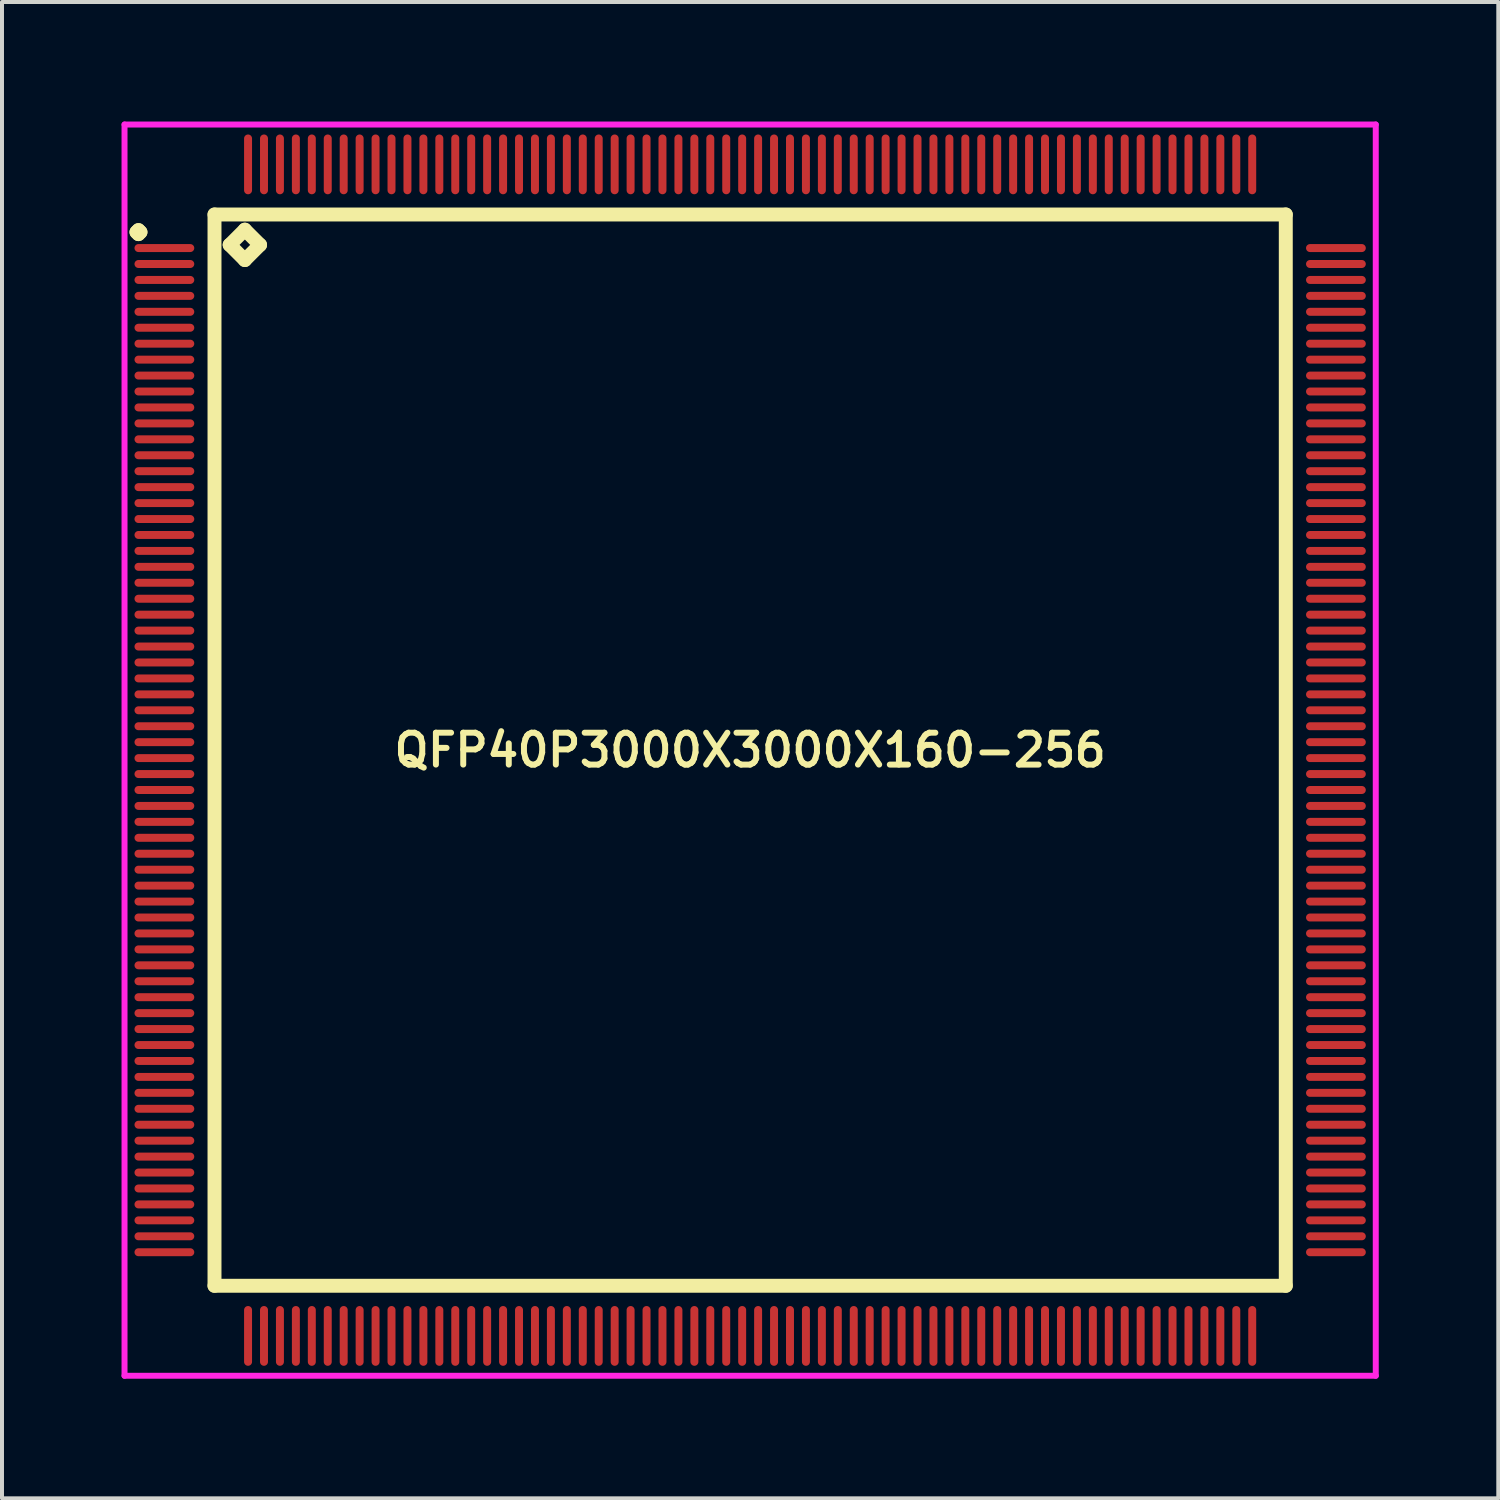
<source format=kicad_pcb>
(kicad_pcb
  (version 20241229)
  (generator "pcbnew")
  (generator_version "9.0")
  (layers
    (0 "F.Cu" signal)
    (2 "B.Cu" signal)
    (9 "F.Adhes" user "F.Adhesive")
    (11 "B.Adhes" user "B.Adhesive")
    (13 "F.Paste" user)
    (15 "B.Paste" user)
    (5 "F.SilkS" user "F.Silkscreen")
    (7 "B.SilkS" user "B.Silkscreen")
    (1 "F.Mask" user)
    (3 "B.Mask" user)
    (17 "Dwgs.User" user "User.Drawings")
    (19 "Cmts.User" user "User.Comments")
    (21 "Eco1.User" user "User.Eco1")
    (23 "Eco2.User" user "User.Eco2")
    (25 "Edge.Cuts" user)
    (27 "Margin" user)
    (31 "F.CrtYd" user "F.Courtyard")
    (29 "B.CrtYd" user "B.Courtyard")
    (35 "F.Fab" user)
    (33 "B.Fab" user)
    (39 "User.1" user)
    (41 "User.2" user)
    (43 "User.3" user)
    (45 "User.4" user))
  (footprint "QFP40P3000X3000X160-256"
    (layer "F.Cu")
    (at 15.775 15.775)
    (property "Reference" "QFP40P3000X3000X160-256" (at 0 0 0) (layer "F.SilkS") (effects (font (size 0.8 0.8) (thickness 0.15))))
    (attr smd)
    (fp_line (start -15.4 -13) (end -15.35 -13.05) (stroke (width 0.35) (type solid)) (layer "F.SilkS"))
    (fp_line (start -15.35 -13.05) (end -15.3 -13) (stroke (width 0.35) (type solid)) (layer "F.SilkS"))
    (fp_line (start -15.35 -12.95) (end -15.4 -13) (stroke (width 0.35) (type solid)) (layer "F.SilkS"))
    (fp_line (start -15.3 -13) (end -15.35 -12.95) (stroke (width 0.35) (type solid)) (layer "F.SilkS"))
    (fp_line (start -13.442 -13.442) (end -13.442 13.442) (stroke (width 0.35) (type solid)) (layer "F.SilkS"))
    (fp_line (start -13.442 13.442) (end 13.442 13.442) (stroke (width 0.35) (type solid)) (layer "F.SilkS"))
    (fp_line (start -13.061 -12.68) (end -12.68 -13.061) (stroke (width 0.35) (type solid)) (layer "F.SilkS"))
    (fp_line (start -12.68 -13.061) (end -12.299 -12.68) (stroke (width 0.35) (type solid)) (layer "F.SilkS"))
    (fp_line (start -12.68 -12.299) (end -13.061 -12.68) (stroke (width 0.35) (type solid)) (layer "F.SilkS"))
    (fp_line (start -12.299 -12.68) (end -12.68 -12.299) (stroke (width 0.35) (type solid)) (layer "F.SilkS"))
    (fp_line (start 13.442 -13.442) (end -13.442 -13.442) (stroke (width 0.35) (type solid)) (layer "F.SilkS"))
    (fp_line (start 13.442 13.442) (end 13.442 -13.442) (stroke (width 0.35) (type solid)) (layer "F.SilkS"))
    (fp_line (start -15.7 -15.7) (end 15.7 -15.7) (stroke (width 0.15) (type solid)) (layer "F.CrtYd"))
    (fp_line (start -15.7 15.7) (end -15.7 -15.7) (stroke (width 0.15) (type solid)) (layer "F.CrtYd"))
    (fp_line (start 15.7 -15.7) (end 15.7 15.7) (stroke (width 0.15) (type solid)) (layer "F.CrtYd"))
    (fp_line (start 15.7 15.7) (end -15.7 15.7) (stroke (width 0.15) (type solid)) (layer "F.CrtYd"))
    (pad "1" smd oval (at -14.7 -12.6) (size 1.5 0.2) (layers "F.Cu" "F.Mask" "F.Paste"))
    (pad "2" smd oval (at -14.7 -12.2) (size 1.5 0.2) (layers "F.Cu" "F.Mask" "F.Paste"))
    (pad "3" smd oval (at -14.7 -11.8) (size 1.5 0.2) (layers "F.Cu" "F.Mask" "F.Paste"))
    (pad "4" smd oval (at -14.7 -11.4) (size 1.5 0.2) (layers "F.Cu" "F.Mask" "F.Paste"))
    (pad "5" smd oval (at -14.7 -11) (size 1.5 0.2) (layers "F.Cu" "F.Mask" "F.Paste"))
    (pad "6" smd oval (at -14.7 -10.6) (size 1.5 0.2) (layers "F.Cu" "F.Mask" "F.Paste"))
    (pad "7" smd oval (at -14.7 -10.2) (size 1.5 0.2) (layers "F.Cu" "F.Mask" "F.Paste"))
    (pad "8" smd oval (at -14.7 -9.8) (size 1.5 0.2) (layers "F.Cu" "F.Mask" "F.Paste"))
    (pad "9" smd oval (at -14.7 -9.4) (size 1.5 0.2) (layers "F.Cu" "F.Mask" "F.Paste"))
    (pad "10" smd oval (at -14.7 -9) (size 1.5 0.2) (layers "F.Cu" "F.Mask" "F.Paste"))
    (pad "11" smd oval (at -14.7 -8.6) (size 1.5 0.2) (layers "F.Cu" "F.Mask" "F.Paste"))
    (pad "12" smd oval (at -14.7 -8.2) (size 1.5 0.2) (layers "F.Cu" "F.Mask" "F.Paste"))
    (pad "13" smd oval (at -14.7 -7.8) (size 1.5 0.2) (layers "F.Cu" "F.Mask" "F.Paste"))
    (pad "14" smd oval (at -14.7 -7.4) (size 1.5 0.2) (layers "F.Cu" "F.Mask" "F.Paste"))
    (pad "15" smd oval (at -14.7 -7) (size 1.5 0.2) (layers "F.Cu" "F.Mask" "F.Paste"))
    (pad "16" smd oval (at -14.7 -6.6) (size 1.5 0.2) (layers "F.Cu" "F.Mask" "F.Paste"))
    (pad "17" smd oval (at -14.7 -6.2) (size 1.5 0.2) (layers "F.Cu" "F.Mask" "F.Paste"))
    (pad "18" smd oval (at -14.7 -5.8) (size 1.5 0.2) (layers "F.Cu" "F.Mask" "F.Paste"))
    (pad "19" smd oval (at -14.7 -5.4) (size 1.5 0.2) (layers "F.Cu" "F.Mask" "F.Paste"))
    (pad "20" smd oval (at -14.7 -5) (size 1.5 0.2) (layers "F.Cu" "F.Mask" "F.Paste"))
    (pad "21" smd oval (at -14.7 -4.6) (size 1.5 0.2) (layers "F.Cu" "F.Mask" "F.Paste"))
    (pad "22" smd oval (at -14.7 -4.2) (size 1.5 0.2) (layers "F.Cu" "F.Mask" "F.Paste"))
    (pad "23" smd oval (at -14.7 -3.8) (size 1.5 0.2) (layers "F.Cu" "F.Mask" "F.Paste"))
    (pad "24" smd oval (at -14.7 -3.4) (size 1.5 0.2) (layers "F.Cu" "F.Mask" "F.Paste"))
    (pad "25" smd oval (at -14.7 -3) (size 1.5 0.2) (layers "F.Cu" "F.Mask" "F.Paste"))
    (pad "26" smd oval (at -14.7 -2.6) (size 1.5 0.2) (layers "F.Cu" "F.Mask" "F.Paste"))
    (pad "27" smd oval (at -14.7 -2.2) (size 1.5 0.2) (layers "F.Cu" "F.Mask" "F.Paste"))
    (pad "28" smd oval (at -14.7 -1.8) (size 1.5 0.2) (layers "F.Cu" "F.Mask" "F.Paste"))
    (pad "29" smd oval (at -14.7 -1.4) (size 1.5 0.2) (layers "F.Cu" "F.Mask" "F.Paste"))
    (pad "30" smd oval (at -14.7 -1) (size 1.5 0.2) (layers "F.Cu" "F.Mask" "F.Paste"))
    (pad "31" smd oval (at -14.7 -0.6) (size 1.5 0.2) (layers "F.Cu" "F.Mask" "F.Paste"))
    (pad "32" smd oval (at -14.7 -0.2) (size 1.5 0.2) (layers "F.Cu" "F.Mask" "F.Paste"))
    (pad "33" smd oval (at -14.7 0.2) (size 1.5 0.2) (layers "F.Cu" "F.Mask" "F.Paste"))
    (pad "34" smd oval (at -14.7 0.6) (size 1.5 0.2) (layers "F.Cu" "F.Mask" "F.Paste"))
    (pad "35" smd oval (at -14.7 1) (size 1.5 0.2) (layers "F.Cu" "F.Mask" "F.Paste"))
    (pad "36" smd oval (at -14.7 1.4) (size 1.5 0.2) (layers "F.Cu" "F.Mask" "F.Paste"))
    (pad "37" smd oval (at -14.7 1.8) (size 1.5 0.2) (layers "F.Cu" "F.Mask" "F.Paste"))
    (pad "38" smd oval (at -14.7 2.2) (size 1.5 0.2) (layers "F.Cu" "F.Mask" "F.Paste"))
    (pad "39" smd oval (at -14.7 2.6) (size 1.5 0.2) (layers "F.Cu" "F.Mask" "F.Paste"))
    (pad "40" smd oval (at -14.7 3) (size 1.5 0.2) (layers "F.Cu" "F.Mask" "F.Paste"))
    (pad "41" smd oval (at -14.7 3.4) (size 1.5 0.2) (layers "F.Cu" "F.Mask" "F.Paste"))
    (pad "42" smd oval (at -14.7 3.8) (size 1.5 0.2) (layers "F.Cu" "F.Mask" "F.Paste"))
    (pad "43" smd oval (at -14.7 4.2) (size 1.5 0.2) (layers "F.Cu" "F.Mask" "F.Paste"))
    (pad "44" smd oval (at -14.7 4.6) (size 1.5 0.2) (layers "F.Cu" "F.Mask" "F.Paste"))
    (pad "45" smd oval (at -14.7 5) (size 1.5 0.2) (layers "F.Cu" "F.Mask" "F.Paste"))
    (pad "46" smd oval (at -14.7 5.4) (size 1.5 0.2) (layers "F.Cu" "F.Mask" "F.Paste"))
    (pad "47" smd oval (at -14.7 5.8) (size 1.5 0.2) (layers "F.Cu" "F.Mask" "F.Paste"))
    (pad "48" smd oval (at -14.7 6.2) (size 1.5 0.2) (layers "F.Cu" "F.Mask" "F.Paste"))
    (pad "49" smd oval (at -14.7 6.6) (size 1.5 0.2) (layers "F.Cu" "F.Mask" "F.Paste"))
    (pad "50" smd oval (at -14.7 7) (size 1.5 0.2) (layers "F.Cu" "F.Mask" "F.Paste"))
    (pad "51" smd oval (at -14.7 7.4) (size 1.5 0.2) (layers "F.Cu" "F.Mask" "F.Paste"))
    (pad "52" smd oval (at -14.7 7.8) (size 1.5 0.2) (layers "F.Cu" "F.Mask" "F.Paste"))
    (pad "53" smd oval (at -14.7 8.2) (size 1.5 0.2) (layers "F.Cu" "F.Mask" "F.Paste"))
    (pad "54" smd oval (at -14.7 8.6) (size 1.5 0.2) (layers "F.Cu" "F.Mask" "F.Paste"))
    (pad "55" smd oval (at -14.7 9) (size 1.5 0.2) (layers "F.Cu" "F.Mask" "F.Paste"))
    (pad "56" smd oval (at -14.7 9.4) (size 1.5 0.2) (layers "F.Cu" "F.Mask" "F.Paste"))
    (pad "57" smd oval (at -14.7 9.8) (size 1.5 0.2) (layers "F.Cu" "F.Mask" "F.Paste"))
    (pad "58" smd oval (at -14.7 10.2) (size 1.5 0.2) (layers "F.Cu" "F.Mask" "F.Paste"))
    (pad "59" smd oval (at -14.7 10.6) (size 1.5 0.2) (layers "F.Cu" "F.Mask" "F.Paste"))
    (pad "60" smd oval (at -14.7 11) (size 1.5 0.2) (layers "F.Cu" "F.Mask" "F.Paste"))
    (pad "61" smd oval (at -14.7 11.4) (size 1.5 0.2) (layers "F.Cu" "F.Mask" "F.Paste"))
    (pad "62" smd oval (at -14.7 11.8) (size 1.5 0.2) (layers "F.Cu" "F.Mask" "F.Paste"))
    (pad "63" smd oval (at -14.7 12.2) (size 1.5 0.2) (layers "F.Cu" "F.Mask" "F.Paste"))
    (pad "64" smd oval (at -14.7 12.6) (size 1.5 0.2) (layers "F.Cu" "F.Mask" "F.Paste"))
    (pad "65" smd oval (at -12.6 14.7) (size 0.2 1.5) (layers "F.Cu" "F.Mask" "F.Paste"))
    (pad "66" smd oval (at -12.2 14.7) (size 0.2 1.5) (layers "F.Cu" "F.Mask" "F.Paste"))
    (pad "67" smd oval (at -11.8 14.7) (size 0.2 1.5) (layers "F.Cu" "F.Mask" "F.Paste"))
    (pad "68" smd oval (at -11.4 14.7) (size 0.2 1.5) (layers "F.Cu" "F.Mask" "F.Paste"))
    (pad "69" smd oval (at -11 14.7) (size 0.2 1.5) (layers "F.Cu" "F.Mask" "F.Paste"))
    (pad "70" smd oval (at -10.6 14.7) (size 0.2 1.5) (layers "F.Cu" "F.Mask" "F.Paste"))
    (pad "71" smd oval (at -10.2 14.7) (size 0.2 1.5) (layers "F.Cu" "F.Mask" "F.Paste"))
    (pad "72" smd oval (at -9.8 14.7) (size 0.2 1.5) (layers "F.Cu" "F.Mask" "F.Paste"))
    (pad "73" smd oval (at -9.4 14.7) (size 0.2 1.5) (layers "F.Cu" "F.Mask" "F.Paste"))
    (pad "74" smd oval (at -9 14.7) (size 0.2 1.5) (layers "F.Cu" "F.Mask" "F.Paste"))
    (pad "75" smd oval (at -8.6 14.7) (size 0.2 1.5) (layers "F.Cu" "F.Mask" "F.Paste"))
    (pad "76" smd oval (at -8.2 14.7) (size 0.2 1.5) (layers "F.Cu" "F.Mask" "F.Paste"))
    (pad "77" smd oval (at -7.8 14.7) (size 0.2 1.5) (layers "F.Cu" "F.Mask" "F.Paste"))
    (pad "78" smd oval (at -7.4 14.7) (size 0.2 1.5) (layers "F.Cu" "F.Mask" "F.Paste"))
    (pad "79" smd oval (at -7 14.7) (size 0.2 1.5) (layers "F.Cu" "F.Mask" "F.Paste"))
    (pad "80" smd oval (at -6.6 14.7) (size 0.2 1.5) (layers "F.Cu" "F.Mask" "F.Paste"))
    (pad "81" smd oval (at -6.2 14.7) (size 0.2 1.5) (layers "F.Cu" "F.Mask" "F.Paste"))
    (pad "82" smd oval (at -5.8 14.7) (size 0.2 1.5) (layers "F.Cu" "F.Mask" "F.Paste"))
    (pad "83" smd oval (at -5.4 14.7) (size 0.2 1.5) (layers "F.Cu" "F.Mask" "F.Paste"))
    (pad "84" smd oval (at -5 14.7) (size 0.2 1.5) (layers "F.Cu" "F.Mask" "F.Paste"))
    (pad "85" smd oval (at -4.6 14.7) (size 0.2 1.5) (layers "F.Cu" "F.Mask" "F.Paste"))
    (pad "86" smd oval (at -4.2 14.7) (size 0.2 1.5) (layers "F.Cu" "F.Mask" "F.Paste"))
    (pad "87" smd oval (at -3.8 14.7) (size 0.2 1.5) (layers "F.Cu" "F.Mask" "F.Paste"))
    (pad "88" smd oval (at -3.4 14.7) (size 0.2 1.5) (layers "F.Cu" "F.Mask" "F.Paste"))
    (pad "89" smd oval (at -3 14.7) (size 0.2 1.5) (layers "F.Cu" "F.Mask" "F.Paste"))
    (pad "90" smd oval (at -2.6 14.7) (size 0.2 1.5) (layers "F.Cu" "F.Mask" "F.Paste"))
    (pad "91" smd oval (at -2.2 14.7) (size 0.2 1.5) (layers "F.Cu" "F.Mask" "F.Paste"))
    (pad "92" smd oval (at -1.8 14.7) (size 0.2 1.5) (layers "F.Cu" "F.Mask" "F.Paste"))
    (pad "93" smd oval (at -1.4 14.7) (size 0.2 1.5) (layers "F.Cu" "F.Mask" "F.Paste"))
    (pad "94" smd oval (at -1 14.7) (size 0.2 1.5) (layers "F.Cu" "F.Mask" "F.Paste"))
    (pad "95" smd oval (at -0.6 14.7) (size 0.2 1.5) (layers "F.Cu" "F.Mask" "F.Paste"))
    (pad "96" smd oval (at -0.2 14.7) (size 0.2 1.5) (layers "F.Cu" "F.Mask" "F.Paste"))
    (pad "97" smd oval (at 0.2 14.7) (size 0.2 1.5) (layers "F.Cu" "F.Mask" "F.Paste"))
    (pad "98" smd oval (at 0.6 14.7) (size 0.2 1.5) (layers "F.Cu" "F.Mask" "F.Paste"))
    (pad "99" smd oval (at 1 14.7) (size 0.2 1.5) (layers "F.Cu" "F.Mask" "F.Paste"))
    (pad "100" smd oval (at 1.4 14.7) (size 0.2 1.5) (layers "F.Cu" "F.Mask" "F.Paste"))
    (pad "101" smd oval (at 1.8 14.7) (size 0.2 1.5) (layers "F.Cu" "F.Mask" "F.Paste"))
    (pad "102" smd oval (at 2.2 14.7) (size 0.2 1.5) (layers "F.Cu" "F.Mask" "F.Paste"))
    (pad "103" smd oval (at 2.6 14.7) (size 0.2 1.5) (layers "F.Cu" "F.Mask" "F.Paste"))
    (pad "104" smd oval (at 3 14.7) (size 0.2 1.5) (layers "F.Cu" "F.Mask" "F.Paste"))
    (pad "105" smd oval (at 3.4 14.7) (size 0.2 1.5) (layers "F.Cu" "F.Mask" "F.Paste"))
    (pad "106" smd oval (at 3.8 14.7) (size 0.2 1.5) (layers "F.Cu" "F.Mask" "F.Paste"))
    (pad "107" smd oval (at 4.2 14.7) (size 0.2 1.5) (layers "F.Cu" "F.Mask" "F.Paste"))
    (pad "108" smd oval (at 4.6 14.7) (size 0.2 1.5) (layers "F.Cu" "F.Mask" "F.Paste"))
    (pad "109" smd oval (at 5 14.7) (size 0.2 1.5) (layers "F.Cu" "F.Mask" "F.Paste"))
    (pad "110" smd oval (at 5.4 14.7) (size 0.2 1.5) (layers "F.Cu" "F.Mask" "F.Paste"))
    (pad "111" smd oval (at 5.8 14.7) (size 0.2 1.5) (layers "F.Cu" "F.Mask" "F.Paste"))
    (pad "112" smd oval (at 6.2 14.7) (size 0.2 1.5) (layers "F.Cu" "F.Mask" "F.Paste"))
    (pad "113" smd oval (at 6.6 14.7) (size 0.2 1.5) (layers "F.Cu" "F.Mask" "F.Paste"))
    (pad "114" smd oval (at 7 14.7) (size 0.2 1.5) (layers "F.Cu" "F.Mask" "F.Paste"))
    (pad "115" smd oval (at 7.4 14.7) (size 0.2 1.5) (layers "F.Cu" "F.Mask" "F.Paste"))
    (pad "116" smd oval (at 7.8 14.7) (size 0.2 1.5) (layers "F.Cu" "F.Mask" "F.Paste"))
    (pad "117" smd oval (at 8.2 14.7) (size 0.2 1.5) (layers "F.Cu" "F.Mask" "F.Paste"))
    (pad "118" smd oval (at 8.6 14.7) (size 0.2 1.5) (layers "F.Cu" "F.Mask" "F.Paste"))
    (pad "119" smd oval (at 9 14.7) (size 0.2 1.5) (layers "F.Cu" "F.Mask" "F.Paste"))
    (pad "120" smd oval (at 9.4 14.7) (size 0.2 1.5) (layers "F.Cu" "F.Mask" "F.Paste"))
    (pad "121" smd oval (at 9.8 14.7) (size 0.2 1.5) (layers "F.Cu" "F.Mask" "F.Paste"))
    (pad "122" smd oval (at 10.2 14.7) (size 0.2 1.5) (layers "F.Cu" "F.Mask" "F.Paste"))
    (pad "123" smd oval (at 10.6 14.7) (size 0.2 1.5) (layers "F.Cu" "F.Mask" "F.Paste"))
    (pad "124" smd oval (at 11 14.7) (size 0.2 1.5) (layers "F.Cu" "F.Mask" "F.Paste"))
    (pad "125" smd oval (at 11.4 14.7) (size 0.2 1.5) (layers "F.Cu" "F.Mask" "F.Paste"))
    (pad "126" smd oval (at 11.8 14.7) (size 0.2 1.5) (layers "F.Cu" "F.Mask" "F.Paste"))
    (pad "127" smd oval (at 12.2 14.7) (size 0.2 1.5) (layers "F.Cu" "F.Mask" "F.Paste"))
    (pad "128" smd oval (at 12.6 14.7) (size 0.2 1.5) (layers "F.Cu" "F.Mask" "F.Paste"))
    (pad "129" smd oval (at 14.7 12.6) (size 1.5 0.2) (layers "F.Cu" "F.Mask" "F.Paste"))
    (pad "130" smd oval (at 14.7 12.2) (size 1.5 0.2) (layers "F.Cu" "F.Mask" "F.Paste"))
    (pad "131" smd oval (at 14.7 11.8) (size 1.5 0.2) (layers "F.Cu" "F.Mask" "F.Paste"))
    (pad "132" smd oval (at 14.7 11.4) (size 1.5 0.2) (layers "F.Cu" "F.Mask" "F.Paste"))
    (pad "133" smd oval (at 14.7 11) (size 1.5 0.2) (layers "F.Cu" "F.Mask" "F.Paste"))
    (pad "134" smd oval (at 14.7 10.6) (size 1.5 0.2) (layers "F.Cu" "F.Mask" "F.Paste"))
    (pad "135" smd oval (at 14.7 10.2) (size 1.5 0.2) (layers "F.Cu" "F.Mask" "F.Paste"))
    (pad "136" smd oval (at 14.7 9.8) (size 1.5 0.2) (layers "F.Cu" "F.Mask" "F.Paste"))
    (pad "137" smd oval (at 14.7 9.4) (size 1.5 0.2) (layers "F.Cu" "F.Mask" "F.Paste"))
    (pad "138" smd oval (at 14.7 9) (size 1.5 0.2) (layers "F.Cu" "F.Mask" "F.Paste"))
    (pad "139" smd oval (at 14.7 8.6) (size 1.5 0.2) (layers "F.Cu" "F.Mask" "F.Paste"))
    (pad "140" smd oval (at 14.7 8.2) (size 1.5 0.2) (layers "F.Cu" "F.Mask" "F.Paste"))
    (pad "141" smd oval (at 14.7 7.8) (size 1.5 0.2) (layers "F.Cu" "F.Mask" "F.Paste"))
    (pad "142" smd oval (at 14.7 7.4) (size 1.5 0.2) (layers "F.Cu" "F.Mask" "F.Paste"))
    (pad "143" smd oval (at 14.7 7) (size 1.5 0.2) (layers "F.Cu" "F.Mask" "F.Paste"))
    (pad "144" smd oval (at 14.7 6.6) (size 1.5 0.2) (layers "F.Cu" "F.Mask" "F.Paste"))
    (pad "145" smd oval (at 14.7 6.2) (size 1.5 0.2) (layers "F.Cu" "F.Mask" "F.Paste"))
    (pad "146" smd oval (at 14.7 5.8) (size 1.5 0.2) (layers "F.Cu" "F.Mask" "F.Paste"))
    (pad "147" smd oval (at 14.7 5.4) (size 1.5 0.2) (layers "F.Cu" "F.Mask" "F.Paste"))
    (pad "148" smd oval (at 14.7 5) (size 1.5 0.2) (layers "F.Cu" "F.Mask" "F.Paste"))
    (pad "149" smd oval (at 14.7 4.6) (size 1.5 0.2) (layers "F.Cu" "F.Mask" "F.Paste"))
    (pad "150" smd oval (at 14.7 4.2) (size 1.5 0.2) (layers "F.Cu" "F.Mask" "F.Paste"))
    (pad "151" smd oval (at 14.7 3.8) (size 1.5 0.2) (layers "F.Cu" "F.Mask" "F.Paste"))
    (pad "152" smd oval (at 14.7 3.4) (size 1.5 0.2) (layers "F.Cu" "F.Mask" "F.Paste"))
    (pad "153" smd oval (at 14.7 3) (size 1.5 0.2) (layers "F.Cu" "F.Mask" "F.Paste"))
    (pad "154" smd oval (at 14.7 2.6) (size 1.5 0.2) (layers "F.Cu" "F.Mask" "F.Paste"))
    (pad "155" smd oval (at 14.7 2.2) (size 1.5 0.2) (layers "F.Cu" "F.Mask" "F.Paste"))
    (pad "156" smd oval (at 14.7 1.8) (size 1.5 0.2) (layers "F.Cu" "F.Mask" "F.Paste"))
    (pad "157" smd oval (at 14.7 1.4) (size 1.5 0.2) (layers "F.Cu" "F.Mask" "F.Paste"))
    (pad "158" smd oval (at 14.7 1) (size 1.5 0.2) (layers "F.Cu" "F.Mask" "F.Paste"))
    (pad "159" smd oval (at 14.7 0.6) (size 1.5 0.2) (layers "F.Cu" "F.Mask" "F.Paste"))
    (pad "160" smd oval (at 14.7 0.2) (size 1.5 0.2) (layers "F.Cu" "F.Mask" "F.Paste"))
    (pad "161" smd oval (at 14.7 -0.2) (size 1.5 0.2) (layers "F.Cu" "F.Mask" "F.Paste"))
    (pad "162" smd oval (at 14.7 -0.6) (size 1.5 0.2) (layers "F.Cu" "F.Mask" "F.Paste"))
    (pad "163" smd oval (at 14.7 -1) (size 1.5 0.2) (layers "F.Cu" "F.Mask" "F.Paste"))
    (pad "164" smd oval (at 14.7 -1.4) (size 1.5 0.2) (layers "F.Cu" "F.Mask" "F.Paste"))
    (pad "165" smd oval (at 14.7 -1.8) (size 1.5 0.2) (layers "F.Cu" "F.Mask" "F.Paste"))
    (pad "166" smd oval (at 14.7 -2.2) (size 1.5 0.2) (layers "F.Cu" "F.Mask" "F.Paste"))
    (pad "167" smd oval (at 14.7 -2.6) (size 1.5 0.2) (layers "F.Cu" "F.Mask" "F.Paste"))
    (pad "168" smd oval (at 14.7 -3) (size 1.5 0.2) (layers "F.Cu" "F.Mask" "F.Paste"))
    (pad "169" smd oval (at 14.7 -3.4) (size 1.5 0.2) (layers "F.Cu" "F.Mask" "F.Paste"))
    (pad "170" smd oval (at 14.7 -3.8) (size 1.5 0.2) (layers "F.Cu" "F.Mask" "F.Paste"))
    (pad "171" smd oval (at 14.7 -4.2) (size 1.5 0.2) (layers "F.Cu" "F.Mask" "F.Paste"))
    (pad "172" smd oval (at 14.7 -4.6) (size 1.5 0.2) (layers "F.Cu" "F.Mask" "F.Paste"))
    (pad "173" smd oval (at 14.7 -5) (size 1.5 0.2) (layers "F.Cu" "F.Mask" "F.Paste"))
    (pad "174" smd oval (at 14.7 -5.4) (size 1.5 0.2) (layers "F.Cu" "F.Mask" "F.Paste"))
    (pad "175" smd oval (at 14.7 -5.8) (size 1.5 0.2) (layers "F.Cu" "F.Mask" "F.Paste"))
    (pad "176" smd oval (at 14.7 -6.2) (size 1.5 0.2) (layers "F.Cu" "F.Mask" "F.Paste"))
    (pad "177" smd oval (at 14.7 -6.6) (size 1.5 0.2) (layers "F.Cu" "F.Mask" "F.Paste"))
    (pad "178" smd oval (at 14.7 -7) (size 1.5 0.2) (layers "F.Cu" "F.Mask" "F.Paste"))
    (pad "179" smd oval (at 14.7 -7.4) (size 1.5 0.2) (layers "F.Cu" "F.Mask" "F.Paste"))
    (pad "180" smd oval (at 14.7 -7.8) (size 1.5 0.2) (layers "F.Cu" "F.Mask" "F.Paste"))
    (pad "181" smd oval (at 14.7 -8.2) (size 1.5 0.2) (layers "F.Cu" "F.Mask" "F.Paste"))
    (pad "182" smd oval (at 14.7 -8.6) (size 1.5 0.2) (layers "F.Cu" "F.Mask" "F.Paste"))
    (pad "183" smd oval (at 14.7 -9) (size 1.5 0.2) (layers "F.Cu" "F.Mask" "F.Paste"))
    (pad "184" smd oval (at 14.7 -9.4) (size 1.5 0.2) (layers "F.Cu" "F.Mask" "F.Paste"))
    (pad "185" smd oval (at 14.7 -9.8) (size 1.5 0.2) (layers "F.Cu" "F.Mask" "F.Paste"))
    (pad "186" smd oval (at 14.7 -10.2) (size 1.5 0.2) (layers "F.Cu" "F.Mask" "F.Paste"))
    (pad "187" smd oval (at 14.7 -10.6) (size 1.5 0.2) (layers "F.Cu" "F.Mask" "F.Paste"))
    (pad "188" smd oval (at 14.7 -11) (size 1.5 0.2) (layers "F.Cu" "F.Mask" "F.Paste"))
    (pad "189" smd oval (at 14.7 -11.4) (size 1.5 0.2) (layers "F.Cu" "F.Mask" "F.Paste"))
    (pad "190" smd oval (at 14.7 -11.8) (size 1.5 0.2) (layers "F.Cu" "F.Mask" "F.Paste"))
    (pad "191" smd oval (at 14.7 -12.2) (size 1.5 0.2) (layers "F.Cu" "F.Mask" "F.Paste"))
    (pad "192" smd oval (at 14.7 -12.6) (size 1.5 0.2) (layers "F.Cu" "F.Mask" "F.Paste"))
    (pad "193" smd oval (at 12.6 -14.7) (size 0.2 1.5) (layers "F.Cu" "F.Mask" "F.Paste"))
    (pad "194" smd oval (at 12.2 -14.7) (size 0.2 1.5) (layers "F.Cu" "F.Mask" "F.Paste"))
    (pad "195" smd oval (at 11.8 -14.7) (size 0.2 1.5) (layers "F.Cu" "F.Mask" "F.Paste"))
    (pad "196" smd oval (at 11.4 -14.7) (size 0.2 1.5) (layers "F.Cu" "F.Mask" "F.Paste"))
    (pad "197" smd oval (at 11 -14.7) (size 0.2 1.5) (layers "F.Cu" "F.Mask" "F.Paste"))
    (pad "198" smd oval (at 10.6 -14.7) (size 0.2 1.5) (layers "F.Cu" "F.Mask" "F.Paste"))
    (pad "199" smd oval (at 10.2 -14.7) (size 0.2 1.5) (layers "F.Cu" "F.Mask" "F.Paste"))
    (pad "200" smd oval (at 9.8 -14.7) (size 0.2 1.5) (layers "F.Cu" "F.Mask" "F.Paste"))
    (pad "201" smd oval (at 9.4 -14.7) (size 0.2 1.5) (layers "F.Cu" "F.Mask" "F.Paste"))
    (pad "202" smd oval (at 9 -14.7) (size 0.2 1.5) (layers "F.Cu" "F.Mask" "F.Paste"))
    (pad "203" smd oval (at 8.6 -14.7) (size 0.2 1.5) (layers "F.Cu" "F.Mask" "F.Paste"))
    (pad "204" smd oval (at 8.2 -14.7) (size 0.2 1.5) (layers "F.Cu" "F.Mask" "F.Paste"))
    (pad "205" smd oval (at 7.8 -14.7) (size 0.2 1.5) (layers "F.Cu" "F.Mask" "F.Paste"))
    (pad "206" smd oval (at 7.4 -14.7) (size 0.2 1.5) (layers "F.Cu" "F.Mask" "F.Paste"))
    (pad "207" smd oval (at 7 -14.7) (size 0.2 1.5) (layers "F.Cu" "F.Mask" "F.Paste"))
    (pad "208" smd oval (at 6.6 -14.7) (size 0.2 1.5) (layers "F.Cu" "F.Mask" "F.Paste"))
    (pad "209" smd oval (at 6.2 -14.7) (size 0.2 1.5) (layers "F.Cu" "F.Mask" "F.Paste"))
    (pad "210" smd oval (at 5.8 -14.7) (size 0.2 1.5) (layers "F.Cu" "F.Mask" "F.Paste"))
    (pad "211" smd oval (at 5.4 -14.7) (size 0.2 1.5) (layers "F.Cu" "F.Mask" "F.Paste"))
    (pad "212" smd oval (at 5 -14.7) (size 0.2 1.5) (layers "F.Cu" "F.Mask" "F.Paste"))
    (pad "213" smd oval (at 4.6 -14.7) (size 0.2 1.5) (layers "F.Cu" "F.Mask" "F.Paste"))
    (pad "214" smd oval (at 4.2 -14.7) (size 0.2 1.5) (layers "F.Cu" "F.Mask" "F.Paste"))
    (pad "215" smd oval (at 3.8 -14.7) (size 0.2 1.5) (layers "F.Cu" "F.Mask" "F.Paste"))
    (pad "216" smd oval (at 3.4 -14.7) (size 0.2 1.5) (layers "F.Cu" "F.Mask" "F.Paste"))
    (pad "217" smd oval (at 3 -14.7) (size 0.2 1.5) (layers "F.Cu" "F.Mask" "F.Paste"))
    (pad "218" smd oval (at 2.6 -14.7) (size 0.2 1.5) (layers "F.Cu" "F.Mask" "F.Paste"))
    (pad "219" smd oval (at 2.2 -14.7) (size 0.2 1.5) (layers "F.Cu" "F.Mask" "F.Paste"))
    (pad "220" smd oval (at 1.8 -14.7) (size 0.2 1.5) (layers "F.Cu" "F.Mask" "F.Paste"))
    (pad "221" smd oval (at 1.4 -14.7) (size 0.2 1.5) (layers "F.Cu" "F.Mask" "F.Paste"))
    (pad "222" smd oval (at 1 -14.7) (size 0.2 1.5) (layers "F.Cu" "F.Mask" "F.Paste"))
    (pad "223" smd oval (at 0.6 -14.7) (size 0.2 1.5) (layers "F.Cu" "F.Mask" "F.Paste"))
    (pad "224" smd oval (at 0.2 -14.7) (size 0.2 1.5) (layers "F.Cu" "F.Mask" "F.Paste"))
    (pad "225" smd oval (at -0.2 -14.7) (size 0.2 1.5) (layers "F.Cu" "F.Mask" "F.Paste"))
    (pad "226" smd oval (at -0.6 -14.7) (size 0.2 1.5) (layers "F.Cu" "F.Mask" "F.Paste"))
    (pad "227" smd oval (at -1 -14.7) (size 0.2 1.5) (layers "F.Cu" "F.Mask" "F.Paste"))
    (pad "228" smd oval (at -1.4 -14.7) (size 0.2 1.5) (layers "F.Cu" "F.Mask" "F.Paste"))
    (pad "229" smd oval (at -1.8 -14.7) (size 0.2 1.5) (layers "F.Cu" "F.Mask" "F.Paste"))
    (pad "230" smd oval (at -2.2 -14.7) (size 0.2 1.5) (layers "F.Cu" "F.Mask" "F.Paste"))
    (pad "231" smd oval (at -2.6 -14.7) (size 0.2 1.5) (layers "F.Cu" "F.Mask" "F.Paste"))
    (pad "232" smd oval (at -3 -14.7) (size 0.2 1.5) (layers "F.Cu" "F.Mask" "F.Paste"))
    (pad "233" smd oval (at -3.4 -14.7) (size 0.2 1.5) (layers "F.Cu" "F.Mask" "F.Paste"))
    (pad "234" smd oval (at -3.8 -14.7) (size 0.2 1.5) (layers "F.Cu" "F.Mask" "F.Paste"))
    (pad "235" smd oval (at -4.2 -14.7) (size 0.2 1.5) (layers "F.Cu" "F.Mask" "F.Paste"))
    (pad "236" smd oval (at -4.6 -14.7) (size 0.2 1.5) (layers "F.Cu" "F.Mask" "F.Paste"))
    (pad "237" smd oval (at -5 -14.7) (size 0.2 1.5) (layers "F.Cu" "F.Mask" "F.Paste"))
    (pad "238" smd oval (at -5.4 -14.7) (size 0.2 1.5) (layers "F.Cu" "F.Mask" "F.Paste"))
    (pad "239" smd oval (at -5.8 -14.7) (size 0.2 1.5) (layers "F.Cu" "F.Mask" "F.Paste"))
    (pad "240" smd oval (at -6.2 -14.7) (size 0.2 1.5) (layers "F.Cu" "F.Mask" "F.Paste"))
    (pad "241" smd oval (at -6.6 -14.7) (size 0.2 1.5) (layers "F.Cu" "F.Mask" "F.Paste"))
    (pad "242" smd oval (at -7 -14.7) (size 0.2 1.5) (layers "F.Cu" "F.Mask" "F.Paste"))
    (pad "243" smd oval (at -7.4 -14.7) (size 0.2 1.5) (layers "F.Cu" "F.Mask" "F.Paste"))
    (pad "244" smd oval (at -7.8 -14.7) (size 0.2 1.5) (layers "F.Cu" "F.Mask" "F.Paste"))
    (pad "245" smd oval (at -8.2 -14.7) (size 0.2 1.5) (layers "F.Cu" "F.Mask" "F.Paste"))
    (pad "246" smd oval (at -8.6 -14.7) (size 0.2 1.5) (layers "F.Cu" "F.Mask" "F.Paste"))
    (pad "247" smd oval (at -9 -14.7) (size 0.2 1.5) (layers "F.Cu" "F.Mask" "F.Paste"))
    (pad "248" smd oval (at -9.4 -14.7) (size 0.2 1.5) (layers "F.Cu" "F.Mask" "F.Paste"))
    (pad "249" smd oval (at -9.8 -14.7) (size 0.2 1.5) (layers "F.Cu" "F.Mask" "F.Paste"))
    (pad "250" smd oval (at -10.2 -14.7) (size 0.2 1.5) (layers "F.Cu" "F.Mask" "F.Paste"))
    (pad "251" smd oval (at -10.6 -14.7) (size 0.2 1.5) (layers "F.Cu" "F.Mask" "F.Paste"))
    (pad "252" smd oval (at -11 -14.7) (size 0.2 1.5) (layers "F.Cu" "F.Mask" "F.Paste"))
    (pad "253" smd oval (at -11.4 -14.7) (size 0.2 1.5) (layers "F.Cu" "F.Mask" "F.Paste"))
    (pad "254" smd oval (at -11.8 -14.7) (size 0.2 1.5) (layers "F.Cu" "F.Mask" "F.Paste"))
    (pad "255" smd oval (at -12.2 -14.7) (size 0.2 1.5) (layers "F.Cu" "F.Mask" "F.Paste"))
    (pad "256" smd oval (at -12.6 -14.7) (size 0.2 1.5) (layers "F.Cu" "F.Mask" "F.Paste")))
  (gr_rect
    (start -3 -3)
    (end 34.55 34.55)
    (stroke (width 0.1) (type default))
    (fill no)
    (layer "Edge.Cuts")))
</source>
